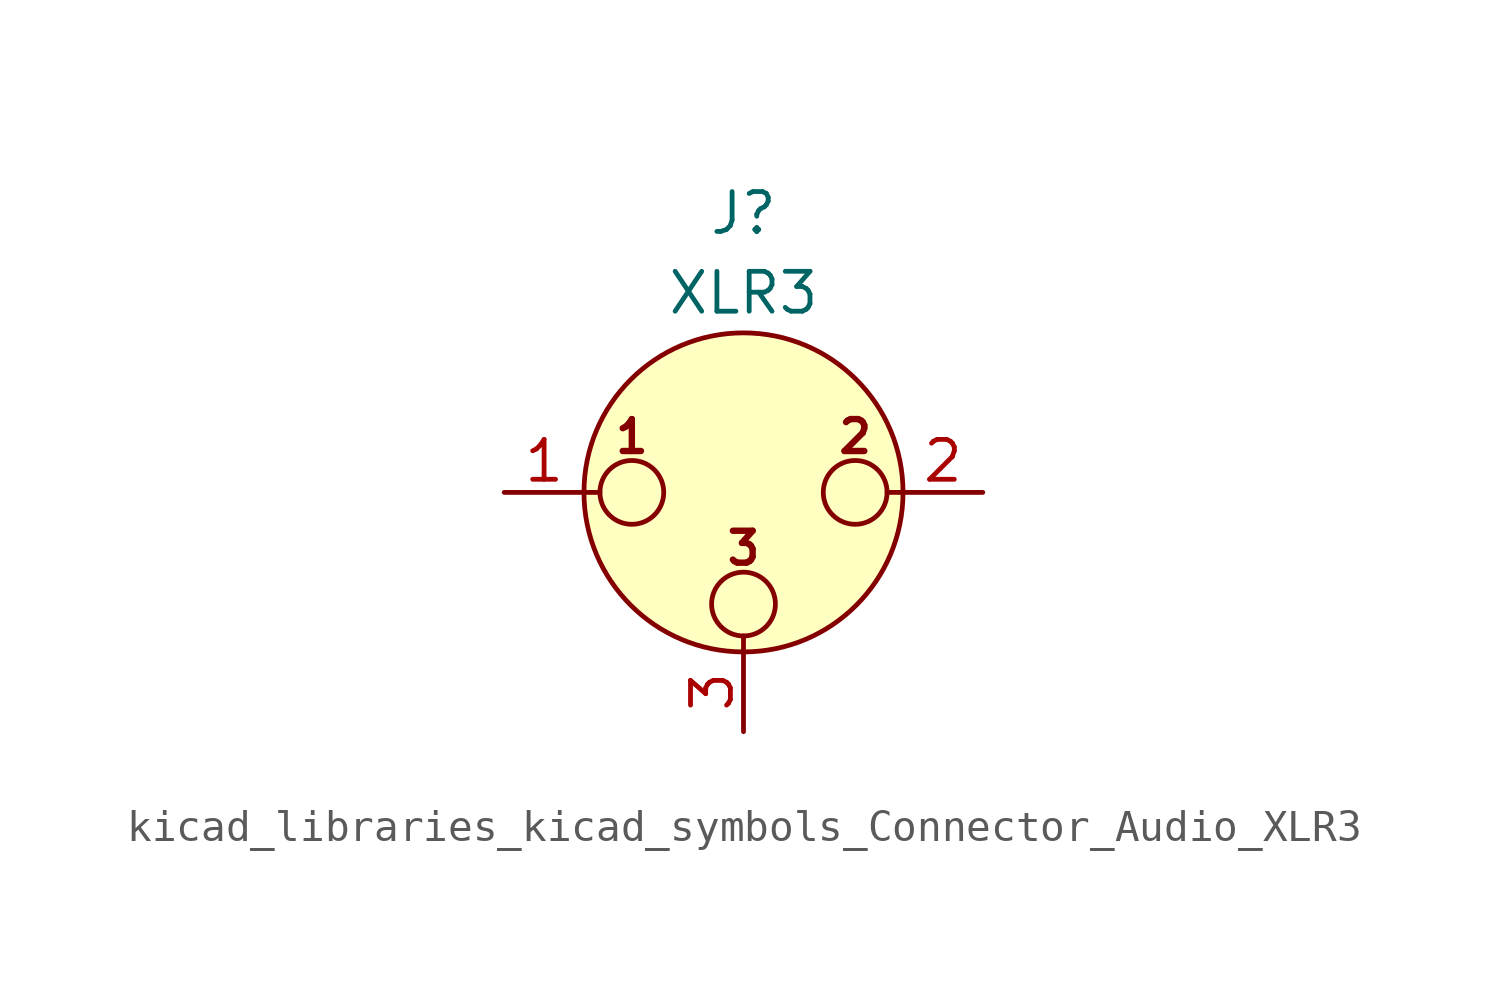
<source format=kicad_sym>
(kicad_symbol_lib
  (version 20220914)
  (generator kicad_symbol_editor)
  (symbol "kicad_libraries_kicad_symbols_Connector_Audio_XLR3"
    (pin_names hide)
    (property "Reference" "J"
      (at 0 8.89 0)
      (effects (font (size 1.27 1.27))))
    (property "Value" "XLR3"
      (at 0 6.35 0)
      (effects (font (size 1.27 1.27))))
    (symbol "kicad_libraries_kicad_symbols_Connector_Audio_XLR3_0_1"
      (circle (center -3.556 0) (radius 1.016) (stroke (width 0) (type default)) (fill (type none)))
      (circle (center 0 -3.556) (radius 1.016) (stroke (width 0) (type default)) (fill (type none)))
      (polyline (pts (xy -5.08 0) (xy -4.572 0)) (stroke (width 0) (type default)) (fill (type none)))
      (polyline (pts (xy 0 -5.08) (xy 0 -4.572)) (stroke (width 0) (type default)) (fill (type none)))
      (polyline (pts (xy 5.08 0) (xy 4.572 0)) (stroke (width 0) (type default)) (fill (type none)))
      (circle (center 0 0) (radius 5.08) (stroke (width 0) (type default)) (fill (type background)))
      (circle (center 3.556 0) (radius 1.016) (stroke (width 0) (type default)) (fill (type none)))
      (text "1" (at -3.556 1.778 0) (effects (font (size 1.016 1.016) bold)))
      (text "2" (at 3.556 1.778 0) (effects (font (size 1.016 1.016) bold)))
      (text "3" (at 0 -1.778 0) (effects (font (size 1.016 1.016) bold)))
      (pin passive line (at -7.62 0 0) (length 2.54) (name "~" (effects (font (size 1.27 1.27)))) (number "1" (effects (font (size 1.27 1.27)))))
      (pin passive line (at 7.62 0 180) (length 2.54) (name "~" (effects (font (size 1.27 1.27)))) (number "2" (effects (font (size 1.27 1.27)))))
      (pin passive line (at 0 -7.62 90) (length 2.54) (name "~" (effects (font (size 1.27 1.27)))) (number "3" (effects (font (size 1.27 1.27))))))))
</source>
